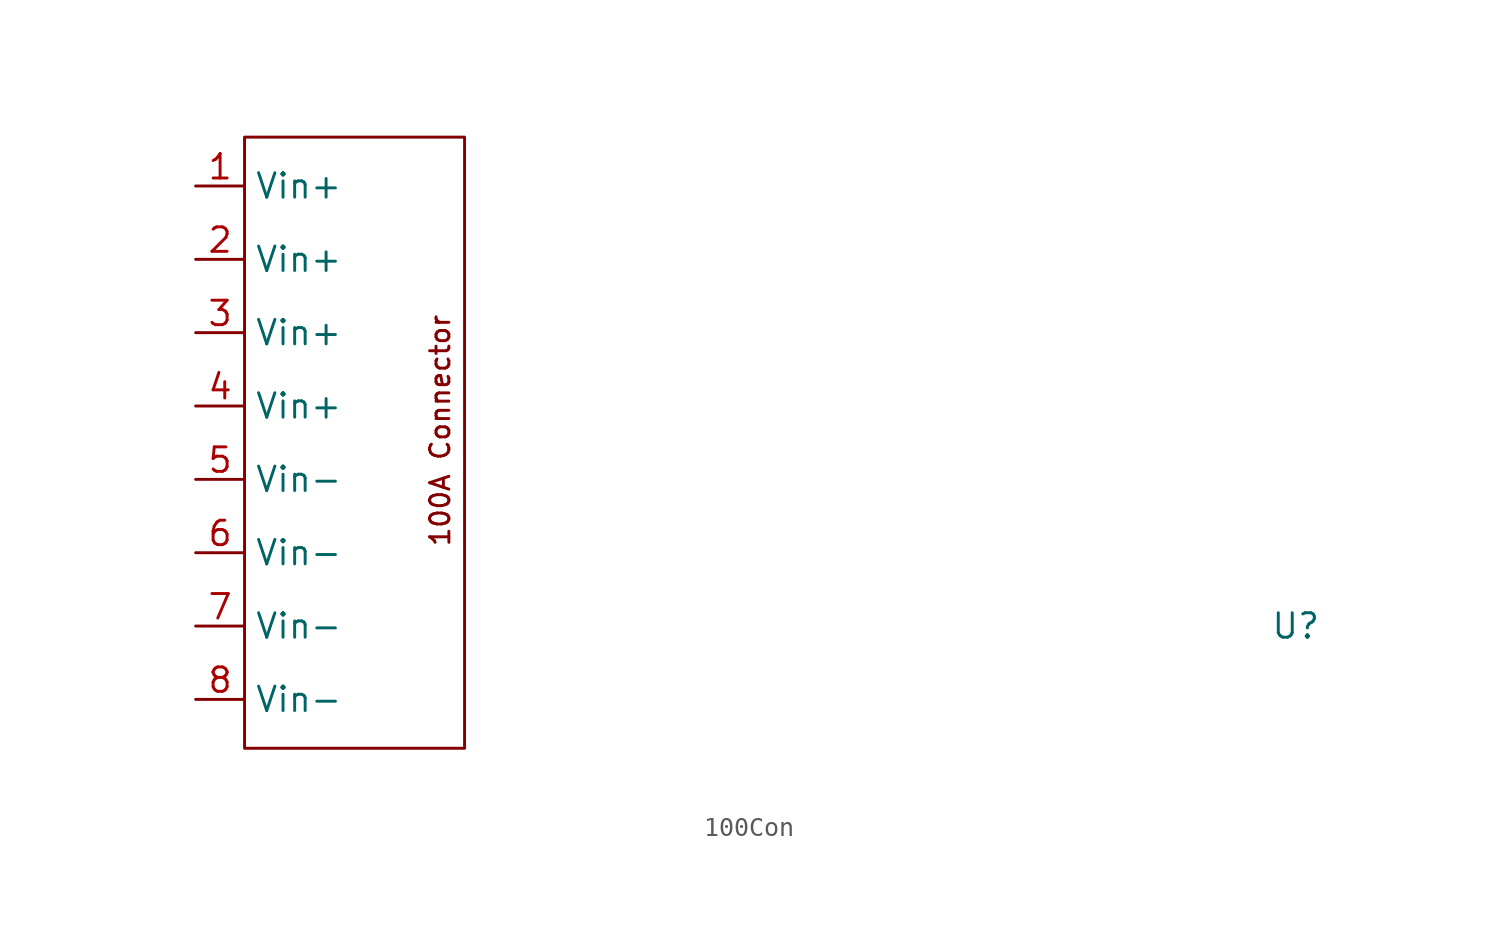
<source format=kicad_sym>
(kicad_symbol_lib
  (version 20220914)
  (generator kicad_symbol_editor)
  (symbol "100Con"
    (property "Reference" "U"
      (at 0 0 0)
      (effects (font (size 1.27 1.27))))
    (property "Value" ""
      (at 0 0 0)
      (effects (font (size 1.27 1.27))))
    (symbol "100Con_1_1"
      (rectangle (start -54.61 25.4) (end -43.18 -6.35) (stroke (width 0) (type default)) (fill (type none)))
      (text "100A Connector" (at -44.45 10.16 900) (effects (font (size 1 1))))
      (pin input line (at -57.15 22.86 0) (length 2.54) (name "Vin+" (effects (font (size 1.27 1.27)))) (number "1" (effects (font (size 1.27 1.27)))))
      (pin input line (at -57.15 19.05 0) (length 2.54) (name "Vin+" (effects (font (size 1.27 1.27)))) (number "2" (effects (font (size 1.27 1.27)))))
      (pin input line (at -57.15 15.24 0) (length 2.54) (name "Vin+" (effects (font (size 1.27 1.27)))) (number "3" (effects (font (size 1.27 1.27)))))
      (pin input line (at -57.15 11.43 0) (length 2.54) (name "Vin+" (effects (font (size 1.27 1.27)))) (number "4" (effects (font (size 1.27 1.27)))))
      (pin input line (at -57.15 7.62 0) (length 2.54) (name "Vin-" (effects (font (size 1.27 1.27)))) (number "5" (effects (font (size 1.27 1.27)))))
      (pin input line (at -57.15 3.81 0) (length 2.54) (name "Vin-" (effects (font (size 1.27 1.27)))) (number "6" (effects (font (size 1.27 1.27)))))
      (pin input line (at -57.15 0 0) (length 2.54) (name "Vin-" (effects (font (size 1.27 1.27)))) (number "7" (effects (font (size 1.27 1.27)))))
      (pin input line (at -57.15 -3.81 0) (length 2.54) (name "Vin-" (effects (font (size 1.27 1.27)))) (number "8" (effects (font (size 1.27 1.27))))))))
</source>
